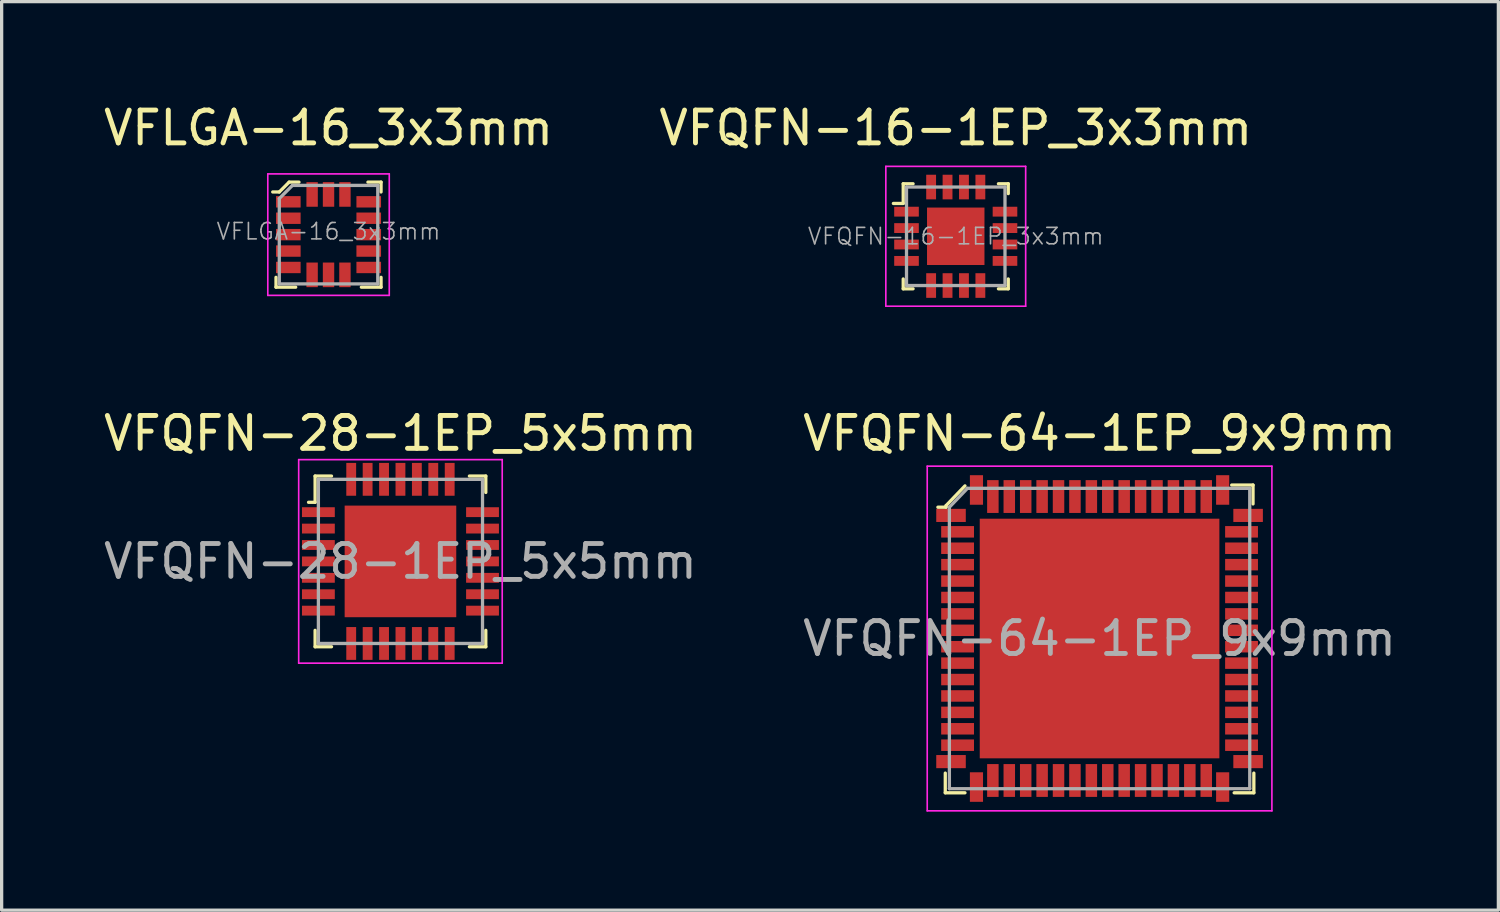
<source format=kicad_pcb>
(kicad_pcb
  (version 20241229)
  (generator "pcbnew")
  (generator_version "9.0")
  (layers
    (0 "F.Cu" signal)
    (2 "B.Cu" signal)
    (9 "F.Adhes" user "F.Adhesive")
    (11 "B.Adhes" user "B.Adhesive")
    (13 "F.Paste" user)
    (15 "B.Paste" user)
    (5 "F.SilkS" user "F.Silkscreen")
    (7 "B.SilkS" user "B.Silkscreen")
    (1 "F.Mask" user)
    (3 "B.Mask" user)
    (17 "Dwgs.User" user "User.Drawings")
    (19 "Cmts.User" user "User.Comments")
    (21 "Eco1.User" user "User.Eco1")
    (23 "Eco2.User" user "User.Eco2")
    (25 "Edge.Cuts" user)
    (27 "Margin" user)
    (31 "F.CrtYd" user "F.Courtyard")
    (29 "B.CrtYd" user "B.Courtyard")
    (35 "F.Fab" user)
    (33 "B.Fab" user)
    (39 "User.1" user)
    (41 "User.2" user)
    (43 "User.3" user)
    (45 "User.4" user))
  (footprint "VFLGA-16_3x3mm"
    (layer "F.Cu")
    (at 6.958 4.098)
    (property "Reference" "VFLGA-16_3x3mm" (at 0 -3.25 0) (layer "F.SilkS") (effects (font (size 1 1) (thickness 0.15))))
    (attr through_hole)
    (fp_line (start -1.6 1.3) (end -1.6 1.6) (stroke (width 0.1) (type solid)) (layer "F.SilkS"))
    (fp_line (start -1.6 1.6) (end -1 1.6) (stroke (width 0.1) (type solid)) (layer "F.SilkS"))
    (fp_line (start -1.5 -1.3) (end -1.7 -1.3) (stroke (width 0.1) (type solid)) (layer "F.SilkS"))
    (fp_line (start -1.2 -1.6) (end -1.5 -1.3) (stroke (width 0.1) (type solid)) (layer "F.SilkS"))
    (fp_line (start -0.9 -1.6) (end -1.2 -1.6) (stroke (width 0.1) (type solid)) (layer "F.SilkS"))
    (fp_line (start 1 1.6) (end 1.6 1.6) (stroke (width 0.1) (type solid)) (layer "F.SilkS"))
    (fp_line (start 1.2 -1.6) (end 1.6 -1.6) (stroke (width 0.1) (type solid)) (layer "F.SilkS"))
    (fp_line (start 1.6 -1.6) (end 1.6 -1.3) (stroke (width 0.1) (type solid)) (layer "F.SilkS"))
    (fp_line (start 1.6 1.6) (end 1.6 1.3) (stroke (width 0.1) (type solid)) (layer "F.SilkS"))
    (fp_line (start -1.85 -1.85) (end -1.85 1.85) (stroke (width 0.05) (type solid)) (layer "F.CrtYd"))
    (fp_line (start -1.85 -1.85) (end 1.85 -1.85) (stroke (width 0.05) (type solid)) (layer "F.CrtYd"))
    (fp_line (start -1.85 1.85) (end 1.85 1.85) (stroke (width 0.05) (type solid)) (layer "F.CrtYd"))
    (fp_line (start 1.85 -1.85) (end 1.85 1.85) (stroke (width 0.05) (type solid)) (layer "F.CrtYd"))
    (fp_line (start -1.5 -1.1) (end -1.5 1.5) (stroke (width 0.1) (type solid)) (layer "F.Fab"))
    (fp_line (start -1.5 -1.1) (end -1.1 -1.5) (stroke (width 0.1) (type solid)) (layer "F.Fab"))
    (fp_line (start -1.5 1.5) (end 1.5 1.5) (stroke (width 0.1) (type solid)) (layer "F.Fab"))
    (fp_line (start -1.1 -1.5) (end 1.5 -1.5) (stroke (width 0.1) (type solid)) (layer "F.Fab"))
    (fp_line (start 1.5 -1.5) (end 1.5 1.5) (stroke (width 0.1) (type solid)) (layer "F.Fab"))
    (fp_text user "${REFERENCE}" (at 0 -0.1 0) (layer "F.Fab") (effects (font (size 0.5 0.5) (thickness 0.05))))
    (pad "1" smd rect (at -1.225 -1) (size 0.75 0.347) (layers "F.Cu" "F.Mask" "F.Paste"))
    (pad "2" smd rect (at -1.225 -0.5) (size 0.75 0.347) (layers "F.Cu" "F.Mask" "F.Paste"))
    (pad "3" smd rect (at -1.225 0) (size 0.75 0.347) (layers "F.Cu" "F.Mask" "F.Paste"))
    (pad "4" smd rect (at -1.225 0.5) (size 0.75 0.347) (layers "F.Cu" "F.Mask" "F.Paste"))
    (pad "5" smd rect (at -1.225 1) (size 0.75 0.347) (layers "F.Cu" "F.Mask" "F.Paste"))
    (pad "6" smd rect (at -0.5 1.225) (size 0.347 0.75) (layers "F.Cu" "F.Mask" "F.Paste"))
    (pad "7" smd rect (at 0 1.225) (size 0.347 0.75) (layers "F.Cu" "F.Mask" "F.Paste"))
    (pad "8" smd rect (at 0.5 1.225) (size 0.347 0.75) (layers "F.Cu" "F.Mask" "F.Paste"))
    (pad "9" smd rect (at 1.225 1) (size 0.75 0.347) (layers "F.Cu" "F.Mask" "F.Paste"))
    (pad "10" smd rect (at 1.225 0.5) (size 0.75 0.347) (layers "F.Cu" "F.Mask" "F.Paste"))
    (pad "11" smd rect (at 1.225 0) (size 0.75 0.347) (layers "F.Cu" "F.Mask" "F.Paste"))
    (pad "12" smd rect (at 1.225 -0.5) (size 0.75 0.347) (layers "F.Cu" "F.Mask" "F.Paste"))
    (pad "13" smd rect (at 1.225 -1) (size 0.75 0.347) (layers "F.Cu" "F.Mask" "F.Paste"))
    (pad "14" smd rect (at 0.5 -1.225) (size 0.347 0.75) (layers "F.Cu" "F.Mask" "F.Paste"))
    (pad "15" smd rect (at 0 -1.225) (size 0.347 0.75) (layers "F.Cu" "F.Mask" "F.Paste"))
    (pad "16" smd rect (at -0.5 -1.225) (size 0.347 0.75) (layers "F.Cu" "F.Mask" "F.Paste")))
  (footprint "VFQFN-64-1EP_9x9mm"
    (layer "F.Cu")
    (at 30.446 16.401)
    (property "Reference" "VFQFN-64-1EP_9x9mm" (at 0 -6.25 0) (layer "F.SilkS") (effects (font (size 1 1) (thickness 0.15))))
    (attr smd)
    (fp_line (start -4.7 4.1) (end -4.7 4.7) (stroke (width 0.1) (type solid)) (layer "F.SilkS"))
    (fp_line (start -4.7 4.7) (end -4.1 4.7) (stroke (width 0.1) (type solid)) (layer "F.SilkS"))
    (fp_line (start -4.675 -4.05) (end -4.675 -4) (stroke (width 0.1) (type solid)) (layer "F.SilkS"))
    (fp_line (start -4.675 -4) (end -4.925 -4) (stroke (width 0.1) (type solid)) (layer "F.SilkS"))
    (fp_line (start -4.1 -4.65) (end -4.675 -4.05) (stroke (width 0.1) (type solid)) (layer "F.SilkS"))
    (fp_line (start 4.025 -4.675) (end 4.675 -4.675) (stroke (width 0.1) (type solid)) (layer "F.SilkS"))
    (fp_line (start 4.675 -4.675) (end 4.675 -4.1) (stroke (width 0.1) (type solid)) (layer "F.SilkS"))
    (fp_line (start 4.7 4.1) (end 4.7 4.7) (stroke (width 0.1) (type solid)) (layer "F.SilkS"))
    (fp_line (start 4.7 4.7) (end 4.1 4.7) (stroke (width 0.1) (type solid)) (layer "F.SilkS"))
    (fp_line (start -5.25 -5.25) (end -5.25 5.25) (stroke (width 0.05) (type solid)) (layer "F.CrtYd"))
    (fp_line (start -5.25 -5.25) (end 5.25 -5.25) (stroke (width 0.05) (type solid)) (layer "F.CrtYd"))
    (fp_line (start -5.25 5.25) (end 5.25 5.25) (stroke (width 0.05) (type solid)) (layer "F.CrtYd"))
    (fp_line (start 5.25 -5.25) (end 5.25 5.25) (stroke (width 0.05) (type solid)) (layer "F.CrtYd"))
    (fp_line (start -4.575 -4) (end -4.025 -4.575) (stroke (width 0.1) (type solid)) (layer "F.Fab"))
    (fp_line (start -4.575 4.575) (end -4.575 -4) (stroke (width 0.1) (type solid)) (layer "F.Fab"))
    (fp_line (start -4.575 4.575) (end 4.575 4.575) (stroke (width 0.1) (type solid)) (layer "F.Fab"))
    (fp_line (start 4.575 -4.575) (end -4.025 -4.575) (stroke (width 0.1) (type solid)) (layer "F.Fab"))
    (fp_line (start 4.575 -4.575) (end 4.575 4.575) (stroke (width 0.1) (type solid)) (layer "F.Fab"))
    (fp_text user "${REFERENCE}" (at 0 0 0) (layer "F.Fab") (effects (font (size 1 1) (thickness 0.15))))
    (pad "1" smd rect (at -4.525 -3.75) (size 0.9 0.4) (layers "F.Cu" "F.Mask" "F.Paste"))
    (pad "2" smd rect (at -4.325 -3.25) (size 1 0.35) (layers "F.Cu" "F.Mask" "F.Paste"))
    (pad "3" smd rect (at -4.325 -2.75) (size 1 0.35) (layers "F.Cu" "F.Mask" "F.Paste"))
    (pad "4" smd rect (at -4.325 -2.25) (size 1 0.35) (layers "F.Cu" "F.Mask" "F.Paste"))
    (pad "5" smd rect (at -4.325 -1.75) (size 1 0.35) (layers "F.Cu" "F.Mask" "F.Paste"))
    (pad "6" smd rect (at -4.325 -1.25) (size 1 0.35) (layers "F.Cu" "F.Mask" "F.Paste"))
    (pad "7" smd rect (at -4.325 -0.75) (size 1 0.35) (layers "F.Cu" "F.Mask" "F.Paste"))
    (pad "8" smd rect (at -4.325 -0.25) (size 1 0.35) (layers "F.Cu" "F.Mask" "F.Paste"))
    (pad "9" smd rect (at -4.325 0.25) (size 1 0.35) (layers "F.Cu" "F.Mask" "F.Paste"))
    (pad "10" smd rect (at -4.325 0.75) (size 1 0.35) (layers "F.Cu" "F.Mask" "F.Paste"))
    (pad "11" smd rect (at -4.325 1.25) (size 1 0.35) (layers "F.Cu" "F.Mask" "F.Paste"))
    (pad "12" smd rect (at -4.325 1.75) (size 1 0.35) (layers "F.Cu" "F.Mask" "F.Paste"))
    (pad "13" smd rect (at -4.325 2.25) (size 1 0.35) (layers "F.Cu" "F.Mask" "F.Paste"))
    (pad "14" smd rect (at -4.325 2.75) (size 1 0.35) (layers "F.Cu" "F.Mask" "F.Paste"))
    (pad "15" smd rect (at -4.325 3.25) (size 1 0.35) (layers "F.Cu" "F.Mask" "F.Paste"))
    (pad "16" smd rect (at -4.525 3.75) (size 0.9 0.4) (layers "F.Cu" "F.Mask" "F.Paste"))
    (pad "17" smd rect (at -3.75 4.525) (size 0.4 0.9) (layers "F.Cu" "F.Mask" "F.Paste"))
    (pad "18" smd rect (at -3.25 4.325) (size 0.35 1) (layers "F.Cu" "F.Mask" "F.Paste"))
    (pad "19" smd rect (at -2.75 4.325) (size 0.35 1) (layers "F.Cu" "F.Mask" "F.Paste"))
    (pad "20" smd rect (at -2.25 4.325) (size 0.35 1) (layers "F.Cu" "F.Mask" "F.Paste"))
    (pad "21" smd rect (at -1.75 4.325) (size 0.35 1) (layers "F.Cu" "F.Mask" "F.Paste"))
    (pad "22" smd rect (at -1.25 4.325) (size 0.35 1) (layers "F.Cu" "F.Mask" "F.Paste"))
    (pad "23" smd rect (at -0.75 4.325) (size 0.35 1) (layers "F.Cu" "F.Mask" "F.Paste"))
    (pad "24" smd rect (at -0.25 4.325) (size 0.35 1) (layers "F.Cu" "F.Mask" "F.Paste"))
    (pad "25" smd rect (at 0.25 4.325) (size 0.35 1) (layers "F.Cu" "F.Mask" "F.Paste"))
    (pad "26" smd rect (at 0.75 4.325) (size 0.35 1) (layers "F.Cu" "F.Mask" "F.Paste"))
    (pad "27" smd rect (at 1.25 4.325) (size 0.35 1) (layers "F.Cu" "F.Mask" "F.Paste"))
    (pad "28" smd rect (at 1.75 4.325) (size 0.35 1) (layers "F.Cu" "F.Mask" "F.Paste"))
    (pad "29" smd rect (at 2.25 4.325) (size 0.35 1) (layers "F.Cu" "F.Mask" "F.Paste"))
    (pad "30" smd rect (at 2.75 4.325) (size 0.35 1) (layers "F.Cu" "F.Mask" "F.Paste"))
    (pad "31" smd rect (at 3.25 4.325) (size 0.35 1) (layers "F.Cu" "F.Mask" "F.Paste"))
    (pad "32" smd rect (at 3.75 4.525) (size 0.4 0.9) (layers "F.Cu" "F.Mask" "F.Paste"))
    (pad "33" smd rect (at 4.525 3.75) (size 0.9 0.4) (layers "F.Cu" "F.Mask" "F.Paste"))
    (pad "34" smd rect (at 4.325 3.25) (size 1 0.35) (layers "F.Cu" "F.Mask" "F.Paste"))
    (pad "35" smd rect (at 4.325 2.75) (size 1 0.35) (layers "F.Cu" "F.Mask" "F.Paste"))
    (pad "36" smd rect (at 4.325 2.25) (size 1 0.35) (layers "F.Cu" "F.Mask" "F.Paste"))
    (pad "37" smd rect (at 4.325 1.75) (size 1 0.35) (layers "F.Cu" "F.Mask" "F.Paste"))
    (pad "38" smd rect (at 4.325 1.25) (size 1 0.35) (layers "F.Cu" "F.Mask" "F.Paste"))
    (pad "39" smd rect (at 4.325 0.75) (size 1 0.35) (layers "F.Cu" "F.Mask" "F.Paste"))
    (pad "40" smd rect (at 4.325 0.25) (size 1 0.35) (layers "F.Cu" "F.Mask" "F.Paste"))
    (pad "41" smd rect (at 4.325 -0.25) (size 1 0.35) (layers "F.Cu" "F.Mask" "F.Paste"))
    (pad "42" smd rect (at 4.325 -0.75) (size 1 0.35) (layers "F.Cu" "F.Mask" "F.Paste"))
    (pad "43" smd rect (at 4.325 -1.25) (size 1 0.35) (layers "F.Cu" "F.Mask" "F.Paste"))
    (pad "44" smd rect (at 4.325 -1.75) (size 1 0.35) (layers "F.Cu" "F.Mask" "F.Paste"))
    (pad "45" smd rect (at 4.325 -2.25) (size 1 0.35) (layers "F.Cu" "F.Mask" "F.Paste"))
    (pad "46" smd rect (at 4.325 -2.75) (size 1 0.35) (layers "F.Cu" "F.Mask" "F.Paste"))
    (pad "47" smd rect (at 4.325 -3.25) (size 1 0.35) (layers "F.Cu" "F.Mask" "F.Paste"))
    (pad "48" smd rect (at 4.525 -3.75) (size 0.9 0.4) (layers "F.Cu" "F.Mask" "F.Paste"))
    (pad "49" smd rect (at 3.75 -4.525) (size 0.4 0.9) (layers "F.Cu" "F.Mask" "F.Paste"))
    (pad "50" smd rect (at 3.25 -4.325) (size 0.35 1) (layers "F.Cu" "F.Mask" "F.Paste"))
    (pad "51" smd rect (at 2.75 -4.325) (size 0.35 1) (layers "F.Cu" "F.Mask" "F.Paste"))
    (pad "52" smd rect (at 2.25 -4.325) (size 0.35 1) (layers "F.Cu" "F.Mask" "F.Paste"))
    (pad "53" smd rect (at 1.75 -4.325) (size 0.35 1) (layers "F.Cu" "F.Mask" "F.Paste"))
    (pad "54" smd rect (at 1.25 -4.325) (size 0.35 1) (layers "F.Cu" "F.Mask" "F.Paste"))
    (pad "55" smd rect (at 0.75 -4.325) (size 0.35 1) (layers "F.Cu" "F.Mask" "F.Paste"))
    (pad "56" smd rect (at 0.25 -4.325) (size 0.35 1) (layers "F.Cu" "F.Mask" "F.Paste"))
    (pad "57" smd rect (at -0.25 -4.325) (size 0.35 1) (layers "F.Cu" "F.Mask" "F.Paste"))
    (pad "58" smd rect (at -0.75 -4.325) (size 0.35 1) (layers "F.Cu" "F.Mask" "F.Paste"))
    (pad "59" smd rect (at -1.25 -4.325) (size 0.35 1) (layers "F.Cu" "F.Mask" "F.Paste"))
    (pad "60" smd rect (at -1.75 -4.325) (size 0.35 1) (layers "F.Cu" "F.Mask" "F.Paste"))
    (pad "61" smd rect (at -2.25 -4.325) (size 0.35 1) (layers "F.Cu" "F.Mask" "F.Paste"))
    (pad "62" smd rect (at -2.75 -4.325) (size 0.35 1) (layers "F.Cu" "F.Mask" "F.Paste"))
    (pad "63" smd rect (at -3.25 -4.325) (size 0.35 1) (layers "F.Cu" "F.Mask" "F.Paste"))
    (pad "64" smd rect (at -3.75 -4.525) (size 0.4 0.9) (layers "F.Cu" "F.Mask" "F.Paste"))
    (pad "65" smd rect (at 0 0) (size 7.3 7.3) (layers "F.Cu" "F.Mask" "F.Paste")))
  (footprint "VFQFN-16-1EP_3x3mm"
    (layer "F.Cu")
    (at 26.065 4.148)
    (property "Reference" "VFQFN-16-1EP_3x3mm" (at 0 -3.3 0) (layer "F.SilkS") (effects (font (size 1 1) (thickness 0.15))))
    (attr smd)
    (fp_line (start -1.6 -1.6) (end -1.6 -1) (stroke (width 0.1) (type solid)) (layer "F.SilkS"))
    (fp_line (start -1.6 -1.6) (end -1.3 -1.6) (stroke (width 0.1) (type solid)) (layer "F.SilkS"))
    (fp_line (start -1.6 -1) (end -1.9 -1) (stroke (width 0.1) (type solid)) (layer "F.SilkS"))
    (fp_line (start -1.6 1.6) (end -1.6 1.3) (stroke (width 0.1) (type solid)) (layer "F.SilkS"))
    (fp_line (start -1.6 1.6) (end -1.3 1.6) (stroke (width 0.1) (type solid)) (layer "F.SilkS"))
    (fp_line (start 1.6 -1.6) (end 1.3 -1.6) (stroke (width 0.1) (type solid)) (layer "F.SilkS"))
    (fp_line (start 1.6 -1.6) (end 1.6 -1.3) (stroke (width 0.1) (type solid)) (layer "F.SilkS"))
    (fp_line (start 1.6 1.6) (end 1.3 1.6) (stroke (width 0.1) (type solid)) (layer "F.SilkS"))
    (fp_line (start 1.6 1.6) (end 1.6 1.3) (stroke (width 0.1) (type solid)) (layer "F.SilkS"))
    (fp_line (start -2.13 -2.13) (end -2.13 2.13) (stroke (width 0.05) (type solid)) (layer "F.CrtYd"))
    (fp_line (start 2.13 -2.13) (end -2.13 -2.13) (stroke (width 0.05) (type solid)) (layer "F.CrtYd"))
    (fp_line (start 2.13 -2.13) (end 2.13 2.13) (stroke (width 0.05) (type solid)) (layer "F.CrtYd"))
    (fp_line (start 2.13 2.13) (end -2.13 2.13) (stroke (width 0.05) (type solid)) (layer "F.CrtYd"))
    (fp_line (start -1.5 -1.5) (end -1.5 1.5) (stroke (width 0.1) (type solid)) (layer "F.Fab"))
    (fp_line (start -1.5 -1.5) (end 1.5 -1.5) (stroke (width 0.1) (type solid)) (layer "F.Fab"))
    (fp_line (start -1.5 1.5) (end 1.5 1.5) (stroke (width 0.1) (type solid)) (layer "F.Fab"))
    (fp_line (start 1.5 -1.5) (end 1.5 1.5) (stroke (width 0.1) (type solid)) (layer "F.Fab"))
    (fp_text user "${REFERENCE}" (at 0 0 0) (layer "F.Fab") (effects (font (size 0.5 0.5) (thickness 0.05))))
    (pad "1" smd rect (at -1.5 -0.75) (size 0.75 0.3) (layers "F.Cu" "F.Mask" "F.Paste"))
    (pad "2" smd rect (at -1.5 -0.25) (size 0.75 0.3) (layers "F.Cu" "F.Mask" "F.Paste"))
    (pad "3" smd rect (at -1.5 0.25) (size 0.75 0.3) (layers "F.Cu" "F.Mask" "F.Paste"))
    (pad "4" smd rect (at -1.5 0.75) (size 0.75 0.3) (layers "F.Cu" "F.Mask" "F.Paste"))
    (pad "5" smd rect (at -0.75 1.5) (size 0.3 0.75) (layers "F.Cu" "F.Mask" "F.Paste"))
    (pad "6" smd rect (at -0.25 1.5) (size 0.3 0.75) (layers "F.Cu" "F.Mask" "F.Paste"))
    (pad "7" smd rect (at 0.25 1.5) (size 0.3 0.75) (layers "F.Cu" "F.Mask" "F.Paste"))
    (pad "8" smd rect (at 0.75 1.5) (size 0.3 0.75) (layers "F.Cu" "F.Mask" "F.Paste"))
    (pad "9" smd rect (at 1.5 0.75) (size 0.75 0.3) (layers "F.Cu" "F.Mask" "F.Paste"))
    (pad "10" smd rect (at 1.5 0.25) (size 0.75 0.3) (layers "F.Cu" "F.Mask" "F.Paste"))
    (pad "11" smd rect (at 1.5 -0.25) (size 0.75 0.3) (layers "F.Cu" "F.Mask" "F.Paste"))
    (pad "12" smd rect (at 1.5 -0.75) (size 0.75 0.3) (layers "F.Cu" "F.Mask" "F.Paste"))
    (pad "13" smd rect (at 0.75 -1.5) (size 0.3 0.75) (layers "F.Cu" "F.Mask" "F.Paste"))
    (pad "14" smd rect (at 0.25 -1.5) (size 0.3 0.75) (layers "F.Cu" "F.Mask" "F.Paste"))
    (pad "15" smd rect (at -0.25 -1.5) (size 0.3 0.75) (layers "F.Cu" "F.Mask" "F.Paste"))
    (pad "16" smd rect (at -0.75 -1.5) (size 0.3 0.75) (layers "F.Cu" "F.Mask" "F.Paste"))
    (pad "17" smd rect (at 0 0) (size 1.75 1.75) (layers "F.Cu" "F.Mask" "F.Paste")))
  (footprint "VFQFN-28-1EP_5x5mm"
    (layer "F.Cu")
    (at 9.149 14.052)
    (property "Reference" "VFQFN-28-1EP_5x5mm" (at 0 -3.9 0) (layer "F.SilkS") (effects (font (size 1 1) (thickness 0.15))))
    (attr smd)
    (fp_line (start -2.6 -2.6) (end -2.6 -1.8) (stroke (width 0.1) (type solid)) (layer "F.SilkS"))
    (fp_line (start -2.6 -2.6) (end -2.1 -2.6) (stroke (width 0.1) (type solid)) (layer "F.SilkS"))
    (fp_line (start -2.6 -1.8) (end -2.8 -1.8) (stroke (width 0.1) (type solid)) (layer "F.SilkS"))
    (fp_line (start -2.6 2.6) (end -2.6 2.1) (stroke (width 0.1) (type solid)) (layer "F.SilkS"))
    (fp_line (start -2.6 2.6) (end -2.1 2.6) (stroke (width 0.1) (type solid)) (layer "F.SilkS"))
    (fp_line (start 2.6 -2.6) (end 2.1 -2.6) (stroke (width 0.1) (type solid)) (layer "F.SilkS"))
    (fp_line (start 2.6 -2.6) (end 2.6 -2.1) (stroke (width 0.1) (type solid)) (layer "F.SilkS"))
    (fp_line (start 2.6 2.6) (end 2.1 2.6) (stroke (width 0.1) (type solid)) (layer "F.SilkS"))
    (fp_line (start 2.6 2.6) (end 2.6 2.1) (stroke (width 0.1) (type solid)) (layer "F.SilkS"))
    (fp_line (start -3.1 -3.1) (end -3.1 3.1) (stroke (width 0.05) (type solid)) (layer "F.CrtYd"))
    (fp_line (start -3.1 -3.1) (end 3.1 -3.1) (stroke (width 0.05) (type solid)) (layer "F.CrtYd"))
    (fp_line (start -3.1 3.1) (end 3.1 3.1) (stroke (width 0.05) (type solid)) (layer "F.CrtYd"))
    (fp_line (start 3.1 -3.1) (end 3.1 -3.09) (stroke (width 0.05) (type solid)) (layer "F.CrtYd"))
    (fp_line (start 3.1 -3.1) (end 3.1 3.1) (stroke (width 0.05) (type solid)) (layer "F.CrtYd"))
    (fp_line (start -2.5 -2.5) (end -2.5 2.5) (stroke (width 0.1) (type solid)) (layer "F.Fab"))
    (fp_line (start -2.5 -2.5) (end 2.5 -2.5) (stroke (width 0.1) (type solid)) (layer "F.Fab"))
    (fp_line (start -2.5 2.5) (end 2.5 2.5) (stroke (width 0.1) (type solid)) (layer "F.Fab"))
    (fp_line (start 2.5 -2.5) (end 2.5 2.5) (stroke (width 0.1) (type solid)) (layer "F.Fab"))
    (fp_text user "${REFERENCE}" (at 0 0 0) (layer "F.Fab") (effects (font (size 1 1) (thickness 0.15))))
    (pad "1" smd rect (at -2.5 -1.5) (size 1 0.3) (layers "F.Cu" "F.Mask" "F.Paste"))
    (pad "2" smd rect (at -2.5 -1) (size 1 0.3) (layers "F.Cu" "F.Mask" "F.Paste"))
    (pad "3" smd rect (at -2.5 -0.5) (size 1 0.3) (layers "F.Cu" "F.Mask" "F.Paste"))
    (pad "4" smd rect (at -2.5 0) (size 1 0.3) (layers "F.Cu" "F.Mask" "F.Paste"))
    (pad "5" smd rect (at -2.5 0.5) (size 1 0.3) (layers "F.Cu" "F.Mask" "F.Paste"))
    (pad "6" smd rect (at -2.5 1) (size 1 0.3) (layers "F.Cu" "F.Mask" "F.Paste"))
    (pad "7" smd rect (at -2.5 1.5) (size 1 0.3) (layers "F.Cu" "F.Mask" "F.Paste"))
    (pad "8" smd rect (at -1.5 2.5) (size 0.3 1) (layers "F.Cu" "F.Mask" "F.Paste"))
    (pad "9" smd rect (at -1 2.5) (size 0.3 1) (layers "F.Cu" "F.Mask" "F.Paste"))
    (pad "10" smd rect (at -0.5 2.5) (size 0.3 1) (layers "F.Cu" "F.Mask" "F.Paste"))
    (pad "11" smd rect (at 0 2.5) (size 0.3 1) (layers "F.Cu" "F.Mask" "F.Paste"))
    (pad "12" smd rect (at 0.5 2.5) (size 0.3 1) (layers "F.Cu" "F.Mask" "F.Paste"))
    (pad "13" smd rect (at 1 2.5) (size 0.3 1) (layers "F.Cu" "F.Mask" "F.Paste"))
    (pad "14" smd rect (at 1.5 2.5) (size 0.3 1) (layers "F.Cu" "F.Mask" "F.Paste"))
    (pad "15" smd rect (at 2.5 1.5) (size 1 0.3) (layers "F.Cu" "F.Mask" "F.Paste"))
    (pad "16" smd rect (at 2.5 1) (size 1 0.3) (layers "F.Cu" "F.Mask" "F.Paste"))
    (pad "17" smd rect (at 2.5 0.5) (size 1 0.3) (layers "F.Cu" "F.Mask" "F.Paste"))
    (pad "18" smd rect (at 2.5 0) (size 1 0.3) (layers "F.Cu" "F.Mask" "F.Paste"))
    (pad "19" smd rect (at 2.5 -0.5) (size 1 0.3) (layers "F.Cu" "F.Mask" "F.Paste"))
    (pad "20" smd rect (at 2.5 -1) (size 1 0.3) (layers "F.Cu" "F.Mask" "F.Paste"))
    (pad "21" smd rect (at 2.5 -1.5) (size 1 0.3) (layers "F.Cu" "F.Mask" "F.Paste"))
    (pad "22" smd rect (at 1.5 -2.5) (size 0.3 1) (layers "F.Cu" "F.Mask" "F.Paste"))
    (pad "23" smd rect (at 1 -2.5) (size 0.3 1) (layers "F.Cu" "F.Mask" "F.Paste"))
    (pad "24" smd rect (at 0.5 -2.5) (size 0.3 1) (layers "F.Cu" "F.Mask" "F.Paste"))
    (pad "25" smd rect (at 0 -2.5) (size 0.3 1) (layers "F.Cu" "F.Mask" "F.Paste"))
    (pad "26" smd rect (at -0.5 -2.5) (size 0.3 1) (layers "F.Cu" "F.Mask" "F.Paste"))
    (pad "27" smd rect (at -1 -2.5) (size 0.3 1) (layers "F.Cu" "F.Mask" "F.Paste"))
    (pad "28" smd rect (at -1.5 -2.5) (size 0.3 1) (layers "F.Cu" "F.Mask" "F.Paste"))
    (pad "29" smd rect (at 0 0) (size 3.4 3.4) (layers "F.Cu" "F.Mask" "F.Paste")))
  (gr_rect
    (start -3 -3)
    (end 42.595 24.677)
    (stroke (width 0.1) (type default))
    (fill no)
    (layer "Edge.Cuts")))
</source>
